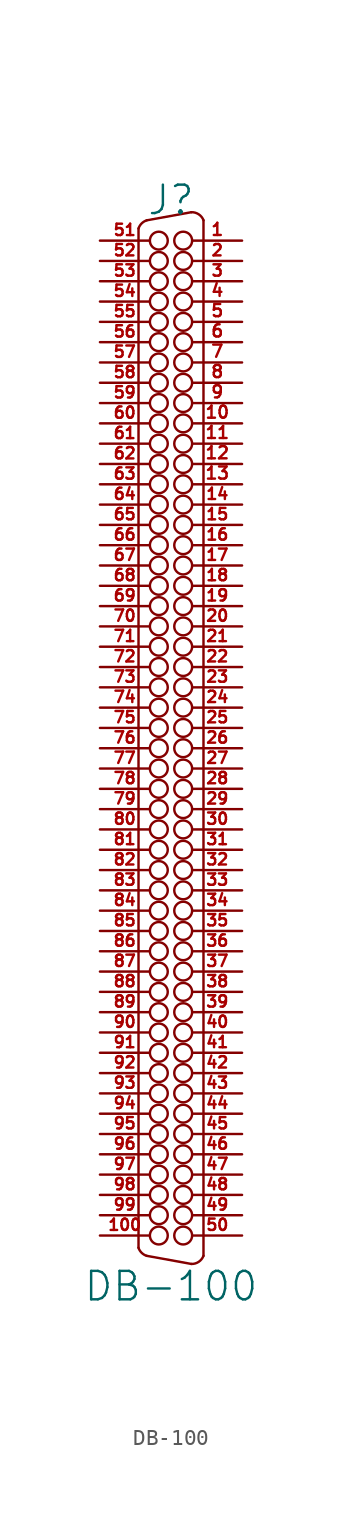
<source format=kicad_sym>
(kicad_symbol_lib
  (version 20211014)
  (generator kicad_symbol_editor)
  (symbol "DB-100"
    (pin_names
      (offset 1.016) hide)
    (property "Reference" "J"
      (at 0 33.655 0)
      (effects (font (size 1.778 1.778))))
    (property "Value" "DB-100"
      (at 0 -34.29 0)
      (effects (font (size 1.778 1.778))))
    (property "Footprint" ""
      (at 0 0 0)
      (effects (font (size 1.524 1.524))))
    (property "Datasheet" ""
      (at 0 0 0)
      (effects (font (size 1.524 1.524))))
    (symbol "DB-100_0_1"
      (arc (start -2.032 -31.877) (mid -1.838 -32.191) (end -1.524 -32.385) (stroke (width 0) (type default) (color 0 0 0 0)) (fill (type none)))
      (arc (start -1.524 32.385) (mid -1.838 32.191) (end -2.032 31.877) (stroke (width 0) (type default) (color 0 0 0 0)) (fill (type none)))
      (circle (center -0.762 -31.115) (radius 0.559) (stroke (width 0) (type default) (color 0 0 0 0)) (fill (type none)))
      (circle (center -0.762 -29.845) (radius 0.559) (stroke (width 0) (type default) (color 0 0 0 0)) (fill (type none)))
      (circle (center -0.762 -28.575) (radius 0.559) (stroke (width 0) (type default) (color 0 0 0 0)) (fill (type none)))
      (circle (center -0.762 -27.305) (radius 0.559) (stroke (width 0) (type default) (color 0 0 0 0)) (fill (type none)))
      (circle (center -0.762 -26.035) (radius 0.559) (stroke (width 0) (type default) (color 0 0 0 0)) (fill (type none)))
      (circle (center -0.762 -24.765) (radius 0.559) (stroke (width 0) (type default) (color 0 0 0 0)) (fill (type none)))
      (circle (center -0.762 -23.495) (radius 0.559) (stroke (width 0) (type default) (color 0 0 0 0)) (fill (type none)))
      (circle (center -0.762 -22.225) (radius 0.559) (stroke (width 0) (type default) (color 0 0 0 0)) (fill (type none)))
      (circle (center -0.762 -20.955) (radius 0.559) (stroke (width 0) (type default) (color 0 0 0 0)) (fill (type none)))
      (circle (center -0.762 -19.685) (radius 0.559) (stroke (width 0) (type default) (color 0 0 0 0)) (fill (type none)))
      (circle (center -0.762 -18.415) (radius 0.559) (stroke (width 0) (type default) (color 0 0 0 0)) (fill (type none)))
      (circle (center -0.762 -17.145) (radius 0.559) (stroke (width 0) (type default) (color 0 0 0 0)) (fill (type none)))
      (circle (center -0.762 -15.875) (radius 0.559) (stroke (width 0) (type default) (color 0 0 0 0)) (fill (type none)))
      (circle (center -0.762 -14.605) (radius 0.559) (stroke (width 0) (type default) (color 0 0 0 0)) (fill (type none)))
      (circle (center -0.762 -13.335) (radius 0.559) (stroke (width 0) (type default) (color 0 0 0 0)) (fill (type none)))
      (circle (center -0.762 -12.065) (radius 0.559) (stroke (width 0) (type default) (color 0 0 0 0)) (fill (type none)))
      (circle (center -0.762 -10.795) (radius 0.559) (stroke (width 0) (type default) (color 0 0 0 0)) (fill (type none)))
      (circle (center -0.762 -9.525) (radius 0.559) (stroke (width 0) (type default) (color 0 0 0 0)) (fill (type none)))
      (circle (center -0.762 -8.255) (radius 0.559) (stroke (width 0) (type default) (color 0 0 0 0)) (fill (type none)))
      (circle (center -0.762 -6.985) (radius 0.559) (stroke (width 0) (type default) (color 0 0 0 0)) (fill (type none)))
      (circle (center -0.762 -5.715) (radius 0.559) (stroke (width 0) (type default) (color 0 0 0 0)) (fill (type none)))
      (circle (center -0.762 -4.445) (radius 0.559) (stroke (width 0) (type default) (color 0 0 0 0)) (fill (type none)))
      (circle (center -0.762 -3.175) (radius 0.559) (stroke (width 0) (type default) (color 0 0 0 0)) (fill (type none)))
      (circle (center -0.762 -1.905) (radius 0.559) (stroke (width 0) (type default) (color 0 0 0 0)) (fill (type none)))
      (circle (center -0.762 -0.635) (radius 0.559) (stroke (width 0) (type default) (color 0 0 0 0)) (fill (type none)))
      (circle (center -0.762 0.635) (radius 0.559) (stroke (width 0) (type default) (color 0 0 0 0)) (fill (type none)))
      (circle (center -0.762 1.905) (radius 0.559) (stroke (width 0) (type default) (color 0 0 0 0)) (fill (type none)))
      (circle (center -0.762 3.175) (radius 0.559) (stroke (width 0) (type default) (color 0 0 0 0)) (fill (type none)))
      (circle (center -0.762 4.445) (radius 0.559) (stroke (width 0) (type default) (color 0 0 0 0)) (fill (type none)))
      (circle (center -0.762 5.715) (radius 0.559) (stroke (width 0) (type default) (color 0 0 0 0)) (fill (type none)))
      (circle (center -0.762 6.985) (radius 0.559) (stroke (width 0) (type default) (color 0 0 0 0)) (fill (type none)))
      (circle (center -0.762 8.255) (radius 0.559) (stroke (width 0) (type default) (color 0 0 0 0)) (fill (type none)))
      (circle (center -0.762 9.525) (radius 0.559) (stroke (width 0) (type default) (color 0 0 0 0)) (fill (type none)))
      (circle (center -0.762 10.795) (radius 0.559) (stroke (width 0) (type default) (color 0 0 0 0)) (fill (type none)))
      (circle (center -0.762 12.065) (radius 0.559) (stroke (width 0) (type default) (color 0 0 0 0)) (fill (type none)))
      (circle (center -0.762 13.335) (radius 0.559) (stroke (width 0) (type default) (color 0 0 0 0)) (fill (type none)))
      (circle (center -0.762 14.605) (radius 0.559) (stroke (width 0) (type default) (color 0 0 0 0)) (fill (type none)))
      (circle (center -0.762 15.875) (radius 0.559) (stroke (width 0) (type default) (color 0 0 0 0)) (fill (type none)))
      (circle (center -0.762 17.145) (radius 0.559) (stroke (width 0) (type default) (color 0 0 0 0)) (fill (type none)))
      (circle (center -0.762 18.415) (radius 0.559) (stroke (width 0) (type default) (color 0 0 0 0)) (fill (type none)))
      (circle (center -0.762 19.685) (radius 0.559) (stroke (width 0) (type default) (color 0 0 0 0)) (fill (type none)))
      (circle (center -0.762 20.955) (radius 0.559) (stroke (width 0) (type default) (color 0 0 0 0)) (fill (type none)))
      (circle (center -0.762 22.225) (radius 0.559) (stroke (width 0) (type default) (color 0 0 0 0)) (fill (type none)))
      (circle (center -0.762 23.495) (radius 0.559) (stroke (width 0) (type default) (color 0 0 0 0)) (fill (type none)))
      (circle (center -0.762 24.765) (radius 0.559) (stroke (width 0) (type default) (color 0 0 0 0)) (fill (type none)))
      (circle (center -0.762 26.035) (radius 0.559) (stroke (width 0) (type default) (color 0 0 0 0)) (fill (type none)))
      (circle (center -0.762 27.305) (radius 0.559) (stroke (width 0) (type default) (color 0 0 0 0)) (fill (type none)))
      (circle (center -0.762 28.575) (radius 0.559) (stroke (width 0) (type default) (color 0 0 0 0)) (fill (type none)))
      (circle (center -0.762 29.845) (radius 0.559) (stroke (width 0) (type default) (color 0 0 0 0)) (fill (type none)))
      (circle (center -0.762 31.115) (radius 0.559) (stroke (width 0) (type default) (color 0 0 0 0)) (fill (type none)))
      (polyline (pts (xy -2.032 -31.877) (xy -2.032 31.877)) (stroke (width 0) (type default) (color 0 0 0 0)) (fill (type none)))
      (polyline (pts (xy 2.032 32.385) (xy 2.032 -32.385)) (stroke (width 0) (type default) (color 0 0 0 0)) (fill (type none)))
      (polyline (pts (xy -1.524 -32.385) (xy 1.27 -32.893) (xy 1.27 -32.893)) (stroke (width 0) (type default) (color 0 0 0 0)) (fill (type none)))
      (polyline (pts (xy -1.524 32.385) (xy 1.27 32.893) (xy 1.27 32.893)) (stroke (width 0) (type default) (color 0 0 0 0)) (fill (type none)))
      (circle (center 0.762 -31.115) (radius 0.559) (stroke (width 0) (type default) (color 0 0 0 0)) (fill (type none)))
      (circle (center 0.762 -29.845) (radius 0.559) (stroke (width 0) (type default) (color 0 0 0 0)) (fill (type none)))
      (circle (center 0.762 -28.575) (radius 0.559) (stroke (width 0) (type default) (color 0 0 0 0)) (fill (type none)))
      (circle (center 0.762 -27.305) (radius 0.559) (stroke (width 0) (type default) (color 0 0 0 0)) (fill (type none)))
      (circle (center 0.762 -26.035) (radius 0.559) (stroke (width 0) (type default) (color 0 0 0 0)) (fill (type none)))
      (circle (center 0.762 -24.765) (radius 0.559) (stroke (width 0) (type default) (color 0 0 0 0)) (fill (type none)))
      (circle (center 0.762 -23.495) (radius 0.559) (stroke (width 0) (type default) (color 0 0 0 0)) (fill (type none)))
      (circle (center 0.762 -22.225) (radius 0.559) (stroke (width 0) (type default) (color 0 0 0 0)) (fill (type none)))
      (circle (center 0.762 -20.955) (radius 0.559) (stroke (width 0) (type default) (color 0 0 0 0)) (fill (type none)))
      (circle (center 0.762 -19.685) (radius 0.559) (stroke (width 0) (type default) (color 0 0 0 0)) (fill (type none)))
      (circle (center 0.762 -18.415) (radius 0.559) (stroke (width 0) (type default) (color 0 0 0 0)) (fill (type none)))
      (circle (center 0.762 -17.145) (radius 0.559) (stroke (width 0) (type default) (color 0 0 0 0)) (fill (type none)))
      (circle (center 0.762 -15.875) (radius 0.559) (stroke (width 0) (type default) (color 0 0 0 0)) (fill (type none)))
      (circle (center 0.762 -14.605) (radius 0.559) (stroke (width 0) (type default) (color 0 0 0 0)) (fill (type none)))
      (circle (center 0.762 -13.335) (radius 0.559) (stroke (width 0) (type default) (color 0 0 0 0)) (fill (type none)))
      (circle (center 0.762 -12.065) (radius 0.559) (stroke (width 0) (type default) (color 0 0 0 0)) (fill (type none)))
      (circle (center 0.762 -10.795) (radius 0.559) (stroke (width 0) (type default) (color 0 0 0 0)) (fill (type none)))
      (circle (center 0.762 -9.525) (radius 0.559) (stroke (width 0) (type default) (color 0 0 0 0)) (fill (type none)))
      (circle (center 0.762 -8.255) (radius 0.559) (stroke (width 0) (type default) (color 0 0 0 0)) (fill (type none)))
      (circle (center 0.762 -6.985) (radius 0.559) (stroke (width 0) (type default) (color 0 0 0 0)) (fill (type none)))
      (circle (center 0.762 -5.715) (radius 0.559) (stroke (width 0) (type default) (color 0 0 0 0)) (fill (type none)))
      (circle (center 0.762 -4.445) (radius 0.559) (stroke (width 0) (type default) (color 0 0 0 0)) (fill (type none)))
      (circle (center 0.762 -3.175) (radius 0.559) (stroke (width 0) (type default) (color 0 0 0 0)) (fill (type none)))
      (circle (center 0.762 -1.905) (radius 0.559) (stroke (width 0) (type default) (color 0 0 0 0)) (fill (type none)))
      (circle (center 0.762 -0.635) (radius 0.559) (stroke (width 0) (type default) (color 0 0 0 0)) (fill (type none)))
      (circle (center 0.762 0.635) (radius 0.559) (stroke (width 0) (type default) (color 0 0 0 0)) (fill (type none)))
      (circle (center 0.762 1.905) (radius 0.559) (stroke (width 0) (type default) (color 0 0 0 0)) (fill (type none)))
      (circle (center 0.762 3.175) (radius 0.559) (stroke (width 0) (type default) (color 0 0 0 0)) (fill (type none)))
      (circle (center 0.762 4.445) (radius 0.559) (stroke (width 0) (type default) (color 0 0 0 0)) (fill (type none)))
      (circle (center 0.762 5.715) (radius 0.559) (stroke (width 0) (type default) (color 0 0 0 0)) (fill (type none)))
      (circle (center 0.762 6.985) (radius 0.559) (stroke (width 0) (type default) (color 0 0 0 0)) (fill (type none)))
      (circle (center 0.762 8.255) (radius 0.559) (stroke (width 0) (type default) (color 0 0 0 0)) (fill (type none)))
      (circle (center 0.762 9.525) (radius 0.559) (stroke (width 0) (type default) (color 0 0 0 0)) (fill (type none)))
      (circle (center 0.762 10.795) (radius 0.559) (stroke (width 0) (type default) (color 0 0 0 0)) (fill (type none)))
      (circle (center 0.762 12.065) (radius 0.559) (stroke (width 0) (type default) (color 0 0 0 0)) (fill (type none)))
      (circle (center 0.762 13.335) (radius 0.559) (stroke (width 0) (type default) (color 0 0 0 0)) (fill (type none)))
      (circle (center 0.762 14.605) (radius 0.559) (stroke (width 0) (type default) (color 0 0 0 0)) (fill (type none)))
      (circle (center 0.762 15.875) (radius 0.559) (stroke (width 0) (type default) (color 0 0 0 0)) (fill (type none)))
      (circle (center 0.762 17.145) (radius 0.559) (stroke (width 0) (type default) (color 0 0 0 0)) (fill (type none)))
      (circle (center 0.762 18.415) (radius 0.559) (stroke (width 0) (type default) (color 0 0 0 0)) (fill (type none)))
      (circle (center 0.762 19.685) (radius 0.559) (stroke (width 0) (type default) (color 0 0 0 0)) (fill (type none)))
      (circle (center 0.762 20.955) (radius 0.559) (stroke (width 0) (type default) (color 0 0 0 0)) (fill (type none)))
      (circle (center 0.762 22.225) (radius 0.559) (stroke (width 0) (type default) (color 0 0 0 0)) (fill (type none)))
      (circle (center 0.762 23.495) (radius 0.559) (stroke (width 0) (type default) (color 0 0 0 0)) (fill (type none)))
      (circle (center 0.762 24.765) (radius 0.559) (stroke (width 0) (type default) (color 0 0 0 0)) (fill (type none)))
      (circle (center 0.762 26.035) (radius 0.559) (stroke (width 0) (type default) (color 0 0 0 0)) (fill (type none)))
      (circle (center 0.762 27.305) (radius 0.559) (stroke (width 0) (type default) (color 0 0 0 0)) (fill (type none)))
      (circle (center 0.762 28.575) (radius 0.559) (stroke (width 0) (type default) (color 0 0 0 0)) (fill (type none)))
      (circle (center 0.762 29.845) (radius 0.559) (stroke (width 0) (type default) (color 0 0 0 0)) (fill (type none)))
      (circle (center 0.762 31.115) (radius 0.559) (stroke (width 0) (type default) (color 0 0 0 0)) (fill (type none)))
      (arc (start 1.27 -32.893) (mid 1.7324 -32.7611) (end 2.032 -32.385) (stroke (width 0) (type default) (color 0 0 0 0)) (fill (type none)))
      (arc (start 2.032 32.385) (mid 1.7324 32.7611) (end 1.27 32.893) (stroke (width 0) (type default) (color 0 0 0 0)) (fill (type none))))
    (symbol "DB-100_1_1"
      (pin passive line (at 4.445 31.115 180) (length 3.099) (name "~" (effects (font (size 0.762 0.762)))) (number "1" (effects (font (size 0.762 0.762)))))
      (pin passive line (at 4.445 19.685 180) (length 3.099) (name "~" (effects (font (size 0.762 0.762)))) (number "10" (effects (font (size 0.762 0.762)))))
      (pin passive line (at -4.445 -31.115 0) (length 3.099) (name "~" (effects (font (size 0.711 0.711)))) (number "100" (effects (font (size 0.711 0.711)))))
      (pin passive line (at 4.445 18.415 180) (length 3.099) (name "~" (effects (font (size 0.762 0.762)))) (number "11" (effects (font (size 0.762 0.762)))))
      (pin passive line (at 4.445 17.145 180) (length 3.099) (name "~" (effects (font (size 0.762 0.762)))) (number "12" (effects (font (size 0.762 0.762)))))
      (pin passive line (at 4.445 15.875 180) (length 3.099) (name "~" (effects (font (size 0.762 0.762)))) (number "13" (effects (font (size 0.762 0.762)))))
      (pin passive line (at 4.445 14.605 180) (length 3.099) (name "~" (effects (font (size 0.711 0.711)))) (number "14" (effects (font (size 0.711 0.711)))))
      (pin passive line (at 4.445 13.335 180) (length 3.099) (name "~" (effects (font (size 0.711 0.711)))) (number "15" (effects (font (size 0.711 0.711)))))
      (pin passive line (at 4.445 12.065 180) (length 3.099) (name "~" (effects (font (size 0.711 0.711)))) (number "16" (effects (font (size 0.711 0.711)))))
      (pin passive line (at 4.445 10.795 180) (length 3.099) (name "~" (effects (font (size 0.711 0.711)))) (number "17" (effects (font (size 0.711 0.711)))))
      (pin passive line (at 4.445 9.525 180) (length 3.099) (name "~" (effects (font (size 0.711 0.711)))) (number "18" (effects (font (size 0.711 0.711)))))
      (pin passive line (at 4.445 8.255 180) (length 3.099) (name "~" (effects (font (size 0.711 0.711)))) (number "19" (effects (font (size 0.711 0.711)))))
      (pin passive line (at 4.445 29.845 180) (length 3.099) (name "~" (effects (font (size 0.711 0.711)))) (number "2" (effects (font (size 0.711 0.711)))))
      (pin passive line (at 4.445 6.985 180) (length 3.099) (name "~" (effects (font (size 0.711 0.711)))) (number "20" (effects (font (size 0.711 0.711)))))
      (pin passive line (at 4.445 5.715 180) (length 3.099) (name "~" (effects (font (size 0.711 0.711)))) (number "21" (effects (font (size 0.711 0.711)))))
      (pin passive line (at 4.445 4.445 180) (length 3.099) (name "~" (effects (font (size 0.711 0.711)))) (number "22" (effects (font (size 0.711 0.711)))))
      (pin passive line (at 4.445 3.175 180) (length 3.099) (name "~" (effects (font (size 0.711 0.711)))) (number "23" (effects (font (size 0.711 0.711)))))
      (pin passive line (at 4.445 1.905 180) (length 3.099) (name "~" (effects (font (size 0.711 0.711)))) (number "24" (effects (font (size 0.711 0.711)))))
      (pin passive line (at 4.445 0.635 180) (length 3.099) (name "~" (effects (font (size 0.711 0.711)))) (number "25" (effects (font (size 0.711 0.711)))))
      (pin passive line (at 4.445 -0.635 180) (length 3.099) (name "~" (effects (font (size 0.711 0.711)))) (number "26" (effects (font (size 0.711 0.711)))))
      (pin passive line (at 4.445 -1.905 180) (length 3.099) (name "~" (effects (font (size 0.711 0.711)))) (number "27" (effects (font (size 0.711 0.711)))))
      (pin passive line (at 4.445 -3.175 180) (length 3.099) (name "~" (effects (font (size 0.711 0.711)))) (number "28" (effects (font (size 0.711 0.711)))))
      (pin passive line (at 4.445 -4.445 180) (length 3.099) (name "~" (effects (font (size 0.711 0.711)))) (number "29" (effects (font (size 0.711 0.711)))))
      (pin passive line (at 4.445 28.575 180) (length 3.099) (name "~" (effects (font (size 0.711 0.711)))) (number "3" (effects (font (size 0.711 0.711)))))
      (pin passive line (at 4.445 -5.715 180) (length 3.099) (name "~" (effects (font (size 0.711 0.711)))) (number "30" (effects (font (size 0.711 0.711)))))
      (pin passive line (at 4.445 -6.985 180) (length 3.099) (name "~" (effects (font (size 0.711 0.711)))) (number "31" (effects (font (size 0.711 0.711)))))
      (pin passive line (at 4.445 -8.255 180) (length 3.099) (name "~" (effects (font (size 0.711 0.711)))) (number "32" (effects (font (size 0.711 0.711)))))
      (pin passive line (at 4.445 -9.525 180) (length 3.099) (name "~" (effects (font (size 0.711 0.711)))) (number "33" (effects (font (size 0.711 0.711)))))
      (pin passive line (at 4.445 -10.795 180) (length 3.099) (name "~" (effects (font (size 0.711 0.711)))) (number "34" (effects (font (size 0.711 0.711)))))
      (pin passive line (at 4.445 -12.065 180) (length 3.099) (name "~" (effects (font (size 0.711 0.711)))) (number "35" (effects (font (size 0.711 0.711)))))
      (pin passive line (at 4.445 -13.335 180) (length 3.099) (name "~" (effects (font (size 0.711 0.711)))) (number "36" (effects (font (size 0.711 0.711)))))
      (pin passive line (at 4.445 -14.605 180) (length 3.099) (name "~" (effects (font (size 0.711 0.711)))) (number "37" (effects (font (size 0.711 0.711)))))
      (pin passive line (at 4.445 -15.875 180) (length 3.099) (name "~" (effects (font (size 0.711 0.711)))) (number "38" (effects (font (size 0.711 0.711)))))
      (pin passive line (at 4.445 -17.145 180) (length 3.099) (name "~" (effects (font (size 0.711 0.711)))) (number "39" (effects (font (size 0.711 0.711)))))
      (pin passive line (at 4.445 27.305 180) (length 3.099) (name "~" (effects (font (size 0.762 0.762)))) (number "4" (effects (font (size 0.762 0.762)))))
      (pin passive line (at 4.445 -18.415 180) (length 3.099) (name "~" (effects (font (size 0.711 0.711)))) (number "40" (effects (font (size 0.711 0.711)))))
      (pin passive line (at 4.445 -19.685 180) (length 3.099) (name "~" (effects (font (size 0.711 0.711)))) (number "41" (effects (font (size 0.711 0.711)))))
      (pin passive line (at 4.445 -20.955 180) (length 3.099) (name "~" (effects (font (size 0.711 0.711)))) (number "42" (effects (font (size 0.711 0.711)))))
      (pin passive line (at 4.445 -22.225 180) (length 3.099) (name "~" (effects (font (size 0.711 0.711)))) (number "43" (effects (font (size 0.711 0.711)))))
      (pin passive line (at 4.445 -23.495 180) (length 3.099) (name "~" (effects (font (size 0.711 0.711)))) (number "44" (effects (font (size 0.711 0.711)))))
      (pin passive line (at 4.445 -24.765 180) (length 3.099) (name "~" (effects (font (size 0.711 0.711)))) (number "45" (effects (font (size 0.711 0.711)))))
      (pin passive line (at 4.445 -26.035 180) (length 3.099) (name "~" (effects (font (size 0.711 0.711)))) (number "46" (effects (font (size 0.711 0.711)))))
      (pin passive line (at 4.445 -27.305 180) (length 3.099) (name "~" (effects (font (size 0.711 0.711)))) (number "47" (effects (font (size 0.711 0.711)))))
      (pin passive line (at 4.445 -28.575 180) (length 3.099) (name "~" (effects (font (size 0.711 0.711)))) (number "48" (effects (font (size 0.711 0.711)))))
      (pin passive line (at 4.445 -29.845 180) (length 3.099) (name "~" (effects (font (size 0.711 0.711)))) (number "49" (effects (font (size 0.711 0.711)))))
      (pin passive line (at 4.445 26.035 180) (length 3.099) (name "~" (effects (font (size 0.762 0.762)))) (number "5" (effects (font (size 0.762 0.762)))))
      (pin passive line (at 4.445 -31.115 180) (length 3.099) (name "~" (effects (font (size 0.711 0.711)))) (number "50" (effects (font (size 0.711 0.711)))))
      (pin passive line (at -4.445 31.115 0) (length 3.099) (name "~" (effects (font (size 0.711 0.711)))) (number "51" (effects (font (size 0.711 0.711)))))
      (pin passive line (at -4.445 29.845 0) (length 3.099) (name "~" (effects (font (size 0.711 0.711)))) (number "52" (effects (font (size 0.711 0.711)))))
      (pin passive line (at -4.445 28.575 0) (length 3.099) (name "~" (effects (font (size 0.711 0.711)))) (number "53" (effects (font (size 0.711 0.711)))))
      (pin passive line (at -4.445 27.305 0) (length 3.099) (name "~" (effects (font (size 0.711 0.711)))) (number "54" (effects (font (size 0.711 0.711)))))
      (pin passive line (at -4.445 26.035 0) (length 3.099) (name "~" (effects (font (size 0.711 0.711)))) (number "55" (effects (font (size 0.711 0.711)))))
      (pin passive line (at -4.445 24.765 0) (length 3.099) (name "~" (effects (font (size 0.711 0.711)))) (number "56" (effects (font (size 0.711 0.711)))))
      (pin passive line (at -4.445 23.495 0) (length 3.099) (name "~" (effects (font (size 0.711 0.711)))) (number "57" (effects (font (size 0.711 0.711)))))
      (pin passive line (at -4.445 22.225 0) (length 3.099) (name "~" (effects (font (size 0.711 0.711)))) (number "58" (effects (font (size 0.711 0.711)))))
      (pin passive line (at -4.445 20.955 0) (length 3.099) (name "~" (effects (font (size 0.711 0.711)))) (number "59" (effects (font (size 0.711 0.711)))))
      (pin passive line (at 4.445 24.765 180) (length 3.099) (name "~" (effects (font (size 0.762 0.762)))) (number "6" (effects (font (size 0.762 0.762)))))
      (pin passive line (at -4.445 19.685 0) (length 3.099) (name "~" (effects (font (size 0.711 0.711)))) (number "60" (effects (font (size 0.711 0.711)))))
      (pin passive line (at -4.445 18.415 0) (length 3.099) (name "~" (effects (font (size 0.711 0.711)))) (number "61" (effects (font (size 0.711 0.711)))))
      (pin passive line (at -4.445 17.145 0) (length 3.099) (name "~" (effects (font (size 0.711 0.711)))) (number "62" (effects (font (size 0.711 0.711)))))
      (pin passive line (at -4.445 15.875 0) (length 3.099) (name "~" (effects (font (size 0.711 0.711)))) (number "63" (effects (font (size 0.711 0.711)))))
      (pin passive line (at -4.445 14.605 0) (length 3.099) (name "~" (effects (font (size 0.711 0.711)))) (number "64" (effects (font (size 0.711 0.711)))))
      (pin passive line (at -4.445 13.335 0) (length 3.099) (name "~" (effects (font (size 0.711 0.711)))) (number "65" (effects (font (size 0.711 0.711)))))
      (pin passive line (at -4.445 12.065 0) (length 3.099) (name "~" (effects (font (size 0.711 0.711)))) (number "66" (effects (font (size 0.711 0.711)))))
      (pin passive line (at -4.445 10.795 0) (length 3.099) (name "~" (effects (font (size 0.711 0.711)))) (number "67" (effects (font (size 0.711 0.711)))))
      (pin passive line (at -4.445 9.525 0) (length 3.099) (name "~" (effects (font (size 0.711 0.711)))) (number "68" (effects (font (size 0.711 0.711)))))
      (pin passive line (at -4.445 8.255 0) (length 3.099) (name "~" (effects (font (size 0.711 0.711)))) (number "69" (effects (font (size 0.711 0.711)))))
      (pin passive line (at 4.445 23.495 180) (length 3.099) (name "~" (effects (font (size 0.762 0.762)))) (number "7" (effects (font (size 0.762 0.762)))))
      (pin passive line (at -4.445 6.985 0) (length 3.099) (name "~" (effects (font (size 0.711 0.711)))) (number "70" (effects (font (size 0.711 0.711)))))
      (pin passive line (at -4.445 5.715 0) (length 3.099) (name "~" (effects (font (size 0.711 0.711)))) (number "71" (effects (font (size 0.711 0.711)))))
      (pin passive line (at -4.445 4.445 0) (length 3.099) (name "~" (effects (font (size 0.711 0.711)))) (number "72" (effects (font (size 0.711 0.711)))))
      (pin passive line (at -4.445 3.175 0) (length 3.099) (name "~" (effects (font (size 0.711 0.711)))) (number "73" (effects (font (size 0.711 0.711)))))
      (pin passive line (at -4.445 1.905 0) (length 3.099) (name "~" (effects (font (size 0.711 0.711)))) (number "74" (effects (font (size 0.711 0.711)))))
      (pin passive line (at -4.445 0.635 0) (length 3.099) (name "~" (effects (font (size 0.711 0.711)))) (number "75" (effects (font (size 0.711 0.711)))))
      (pin passive line (at -4.445 -0.635 0) (length 3.099) (name "~" (effects (font (size 0.711 0.711)))) (number "76" (effects (font (size 0.711 0.711)))))
      (pin passive line (at -4.445 -1.905 0) (length 3.099) (name "~" (effects (font (size 0.711 0.711)))) (number "77" (effects (font (size 0.711 0.711)))))
      (pin passive line (at -4.445 -3.175 0) (length 3.099) (name "~" (effects (font (size 0.711 0.711)))) (number "78" (effects (font (size 0.711 0.711)))))
      (pin passive line (at -4.445 -4.445 0) (length 3.099) (name "~" (effects (font (size 0.711 0.711)))) (number "79" (effects (font (size 0.711 0.711)))))
      (pin passive line (at 4.445 22.225 180) (length 3.099) (name "~" (effects (font (size 0.762 0.762)))) (number "8" (effects (font (size 0.762 0.762)))))
      (pin passive line (at -4.445 -5.715 0) (length 3.099) (name "~" (effects (font (size 0.711 0.711)))) (number "80" (effects (font (size 0.711 0.711)))))
      (pin passive line (at -4.445 -6.985 0) (length 3.099) (name "~" (effects (font (size 0.711 0.711)))) (number "81" (effects (font (size 0.711 0.711)))))
      (pin passive line (at -4.445 -8.255 0) (length 3.099) (name "~" (effects (font (size 0.711 0.711)))) (number "82" (effects (font (size 0.711 0.711)))))
      (pin passive line (at -4.445 -9.525 0) (length 3.099) (name "~" (effects (font (size 0.711 0.711)))) (number "83" (effects (font (size 0.711 0.711)))))
      (pin passive line (at -4.445 -10.795 0) (length 3.099) (name "~" (effects (font (size 0.711 0.711)))) (number "84" (effects (font (size 0.711 0.711)))))
      (pin passive line (at -4.445 -12.065 0) (length 3.099) (name "~" (effects (font (size 0.711 0.711)))) (number "85" (effects (font (size 0.711 0.711)))))
      (pin passive line (at -4.445 -13.335 0) (length 3.099) (name "~" (effects (font (size 0.711 0.711)))) (number "86" (effects (font (size 0.711 0.711)))))
      (pin passive line (at -4.445 -14.605 0) (length 3.099) (name "~" (effects (font (size 0.711 0.711)))) (number "87" (effects (font (size 0.711 0.711)))))
      (pin passive line (at -4.445 -15.875 0) (length 3.099) (name "~" (effects (font (size 0.711 0.711)))) (number "88" (effects (font (size 0.711 0.711)))))
      (pin passive line (at -4.445 -17.145 0) (length 3.099) (name "~" (effects (font (size 0.711 0.711)))) (number "89" (effects (font (size 0.711 0.711)))))
      (pin passive line (at 4.445 20.955 180) (length 3.099) (name "~" (effects (font (size 0.762 0.762)))) (number "9" (effects (font (size 0.762 0.762)))))
      (pin passive line (at -4.445 -18.415 0) (length 3.099) (name "~" (effects (font (size 0.711 0.711)))) (number "90" (effects (font (size 0.711 0.711)))))
      (pin passive line (at -4.445 -19.685 0) (length 3.099) (name "~" (effects (font (size 0.711 0.711)))) (number "91" (effects (font (size 0.711 0.711)))))
      (pin passive line (at -4.445 -20.955 0) (length 3.099) (name "~" (effects (font (size 0.711 0.711)))) (number "92" (effects (font (size 0.711 0.711)))))
      (pin passive line (at -4.445 -22.225 0) (length 3.099) (name "~" (effects (font (size 0.711 0.711)))) (number "93" (effects (font (size 0.711 0.711)))))
      (pin passive line (at -4.445 -23.495 0) (length 3.099) (name "~" (effects (font (size 0.711 0.711)))) (number "94" (effects (font (size 0.711 0.711)))))
      (pin passive line (at -4.445 -24.765 0) (length 3.099) (name "~" (effects (font (size 0.711 0.711)))) (number "95" (effects (font (size 0.711 0.711)))))
      (pin passive line (at -4.445 -26.035 0) (length 3.099) (name "~" (effects (font (size 0.711 0.711)))) (number "96" (effects (font (size 0.711 0.711)))))
      (pin passive line (at -4.445 -27.305 0) (length 3.099) (name "~" (effects (font (size 0.711 0.711)))) (number "97" (effects (font (size 0.711 0.711)))))
      (pin passive line (at -4.445 -28.575 0) (length 3.099) (name "~" (effects (font (size 0.711 0.711)))) (number "98" (effects (font (size 0.711 0.711)))))
      (pin passive line (at -4.445 -29.845 0) (length 3.099) (name "~" (effects (font (size 0.711 0.711)))) (number "99" (effects (font (size 0.711 0.711))))))))
</source>
